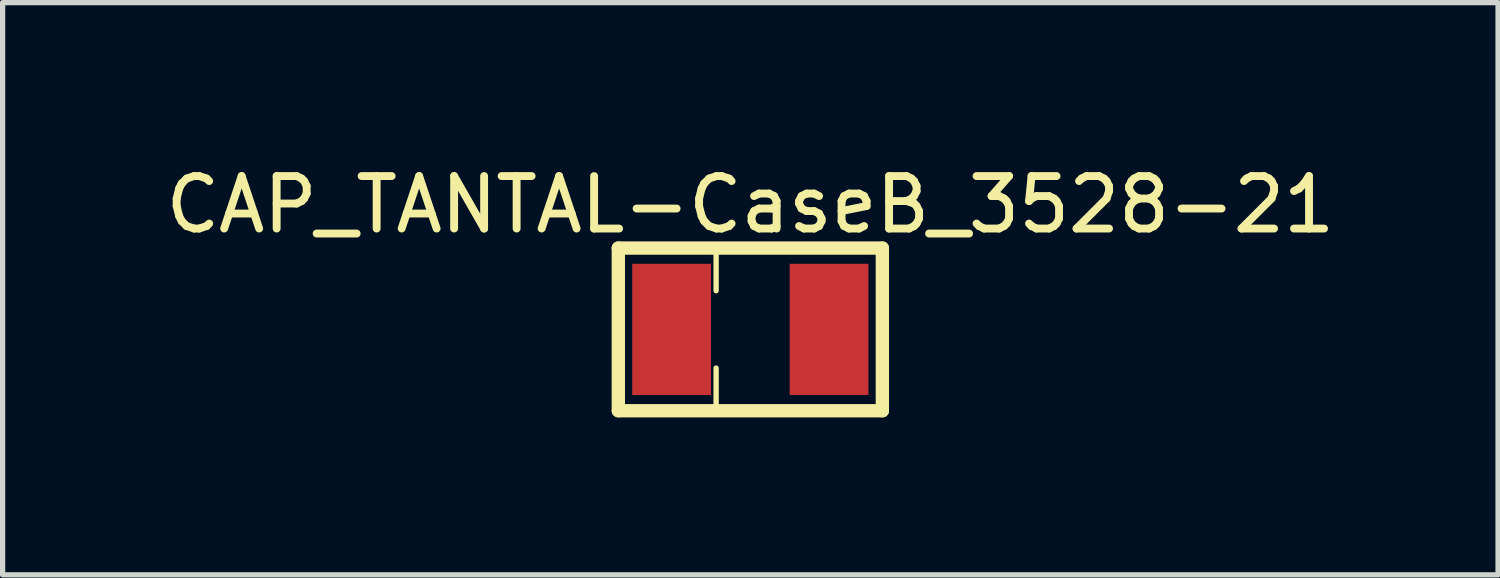
<source format=kicad_pcb>
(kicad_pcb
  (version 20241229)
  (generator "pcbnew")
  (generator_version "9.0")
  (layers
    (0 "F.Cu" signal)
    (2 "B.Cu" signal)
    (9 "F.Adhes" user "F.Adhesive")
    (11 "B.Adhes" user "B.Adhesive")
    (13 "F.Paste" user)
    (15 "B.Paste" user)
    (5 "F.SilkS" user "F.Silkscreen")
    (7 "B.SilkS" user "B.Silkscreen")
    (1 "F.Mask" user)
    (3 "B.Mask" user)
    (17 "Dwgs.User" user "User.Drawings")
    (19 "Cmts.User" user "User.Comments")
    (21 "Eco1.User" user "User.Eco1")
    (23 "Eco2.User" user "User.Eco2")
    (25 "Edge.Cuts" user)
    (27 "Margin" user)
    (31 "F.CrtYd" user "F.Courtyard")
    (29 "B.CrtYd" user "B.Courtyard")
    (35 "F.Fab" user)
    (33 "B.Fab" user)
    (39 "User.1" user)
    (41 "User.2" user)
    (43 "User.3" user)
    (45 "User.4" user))
  (footprint "CAP_TANTAL-CaseB_3528-21"
    (layer "F.Cu")
    (at 11.244 3.225)
    (property "Reference" "CAP_TANTAL-CaseB_3528-21" (at 0 -2.376 0) (layer "F.SilkS") (effects (font (size 1 1) (thickness 0.15))))
    (fp_line (start -2.515 -1.549) (end 2.515 -1.549) (stroke (width 0.254) (type solid)) (layer "F.SilkS"))
    (fp_line (start -2.515 1.549) (end -2.515 -1.549) (stroke (width 0.254) (type solid)) (layer "F.SilkS"))
    (fp_line (start -2.515 1.549) (end 2.515 1.549) (stroke (width 0.254) (type solid)) (layer "F.SilkS"))
    (fp_line (start -0.652 -0.737) (end -0.652 -1.473) (stroke (width 0.102) (type solid)) (layer "F.SilkS"))
    (fp_line (start -0.652 1.473) (end -0.652 0.737) (stroke (width 0.102) (type solid)) (layer "F.SilkS"))
    (fp_line (start 2.515 1.549) (end 2.515 -1.549) (stroke (width 0.254) (type solid)) (layer "F.SilkS"))
    (pad "N" smd rect (at 1.5 0) (size 1.5 2.5) (layers "F.Cu" "F.Mask" "F.Paste"))
    (pad "P" smd rect (at -1.5 0) (size 1.5 2.5) (layers "F.Cu" "F.Mask" "F.Paste")))
  (gr_rect
    (start -3 -3)
    (end 25.488 7.901)
    (stroke (width 0.1) (type default))
    (fill no)
    (layer "Edge.Cuts")))
</source>
